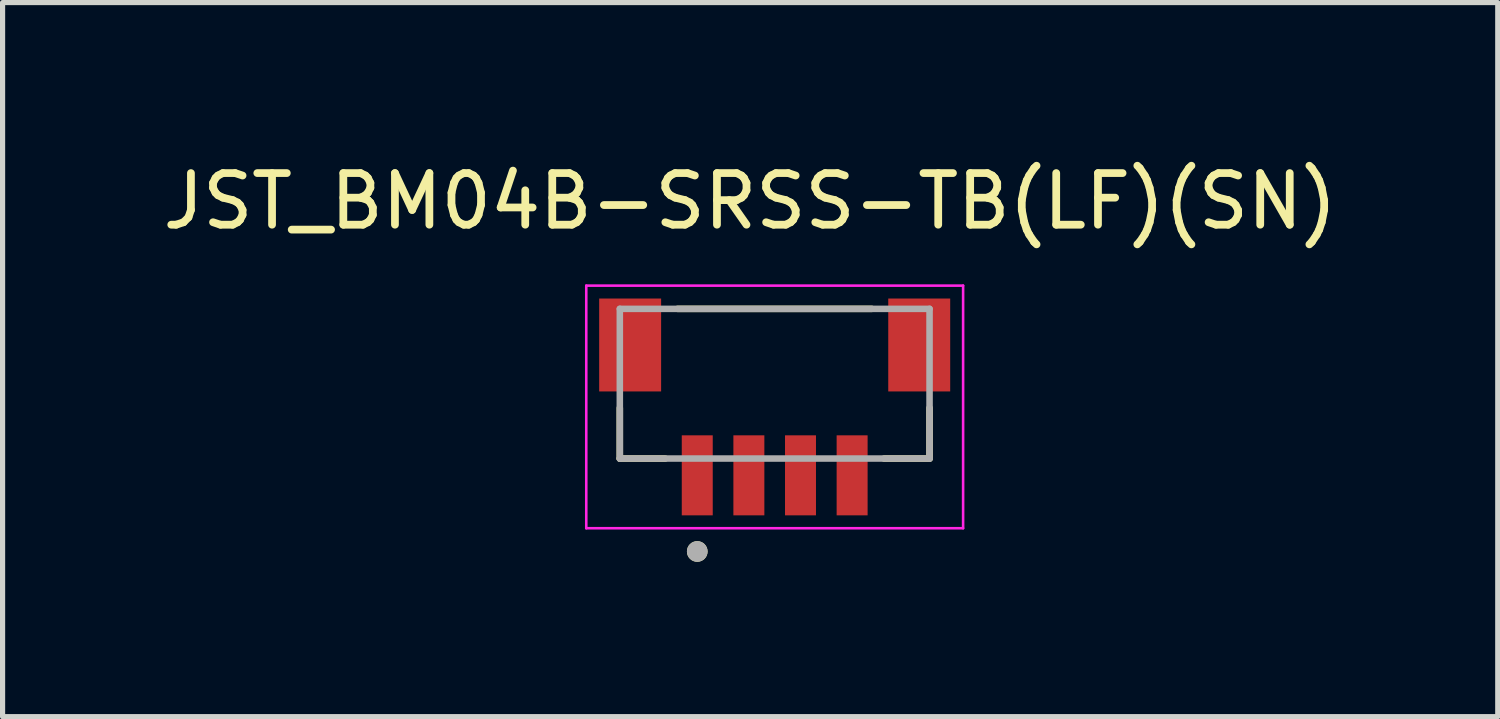
<source format=kicad_pcb>
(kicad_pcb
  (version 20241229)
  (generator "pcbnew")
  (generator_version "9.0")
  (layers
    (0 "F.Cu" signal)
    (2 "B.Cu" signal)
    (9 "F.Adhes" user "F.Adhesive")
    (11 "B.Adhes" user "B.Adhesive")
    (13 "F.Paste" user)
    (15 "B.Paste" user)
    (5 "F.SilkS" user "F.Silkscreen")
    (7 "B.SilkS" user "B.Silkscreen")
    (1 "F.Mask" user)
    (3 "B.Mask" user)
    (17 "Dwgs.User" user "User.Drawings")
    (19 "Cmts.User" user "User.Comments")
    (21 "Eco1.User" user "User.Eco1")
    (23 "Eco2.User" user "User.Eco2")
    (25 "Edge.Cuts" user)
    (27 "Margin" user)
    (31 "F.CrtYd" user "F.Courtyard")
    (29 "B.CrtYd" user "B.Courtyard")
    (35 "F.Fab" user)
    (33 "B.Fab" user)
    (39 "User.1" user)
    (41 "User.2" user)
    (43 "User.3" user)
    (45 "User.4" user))
  (footprint "JST_BM04B-SRSS-TB(LF)(SN)"
    (layer "F.Cu")
    (at 11.957 3.633)
    (property "Reference" "JST_BM04B-SRSS-TB(LF)(SN)" (at -0.475 -2.785 0) (layer "F.SilkS") (effects (font (size 1 1) (thickness 0.15))))
    (attr smd)
    (fp_line (start -3 2.2) (end -3 1.22) (stroke (width 0.127) (type solid)) (layer "F.SilkS"))
    (fp_line (start -2.12 2.2) (end -3 2.2) (stroke (width 0.127) (type solid)) (layer "F.SilkS"))
    (fp_line (start -1.88 -0.7) (end 1.88 -0.7) (stroke (width 0.127) (type solid)) (layer "F.SilkS"))
    (fp_line (start 3 2.2) (end 2.12 2.2) (stroke (width 0.127) (type solid)) (layer "F.SilkS"))
    (fp_line (start 3 2.2) (end 3 1.22) (stroke (width 0.127) (type solid)) (layer "F.SilkS"))
    (fp_circle (center -1.5 4) (end -1.4 4) (stroke (width 0.2) (type solid)) (fill no) (layer "F.SilkS"))
    (fp_line (start -3.65 -1.15) (end -3.65 3.55) (stroke (width 0.05) (type solid)) (layer "F.CrtYd"))
    (fp_line (start -3.65 3.55) (end 3.65 3.55) (stroke (width 0.05) (type solid)) (layer "F.CrtYd"))
    (fp_line (start 3.65 -1.15) (end -3.65 -1.15) (stroke (width 0.05) (type solid)) (layer "F.CrtYd"))
    (fp_line (start 3.65 3.55) (end 3.65 -1.15) (stroke (width 0.05) (type solid)) (layer "F.CrtYd"))
    (fp_line (start -3 -0.7) (end 3 -0.7) (stroke (width 0.127) (type solid)) (layer "F.Fab"))
    (fp_line (start -3 2.2) (end -3 -0.7) (stroke (width 0.127) (type solid)) (layer "F.Fab"))
    (fp_line (start 3 -0.7) (end 3 2.2) (stroke (width 0.127) (type solid)) (layer "F.Fab"))
    (fp_line (start 3 2.2) (end -3 2.2) (stroke (width 0.127) (type solid)) (layer "F.Fab"))
    (fp_circle (center -1.5 4) (end -1.4 4) (stroke (width 0.2) (type solid)) (fill no) (layer "F.Fab"))
    (pad "1" smd rect (at -1.5 2.525) (size 0.6 1.55) (layers "F.Cu" "F.Mask" "F.Paste"))
    (pad "2" smd rect (at -0.5 2.525) (size 0.6 1.55) (layers "F.Cu" "F.Mask" "F.Paste"))
    (pad "3" smd rect (at 0.5 2.525) (size 0.6 1.55) (layers "F.Cu" "F.Mask" "F.Paste"))
    (pad "4" smd rect (at 1.5 2.525) (size 0.6 1.55) (layers "F.Cu" "F.Mask" "F.Paste"))
    (pad "S1" smd rect (at -2.8 0) (size 1.2 1.8) (layers "F.Cu" "F.Mask" "F.Paste"))
    (pad "S2" smd rect (at 2.8 0) (size 1.2 1.8) (layers "F.Cu" "F.Mask" "F.Paste")))
  (gr_rect
    (start -3 -3)
    (end 25.964 10.833)
    (stroke (width 0.1) (type default))
    (fill no)
    (layer "Edge.Cuts")))
</source>
